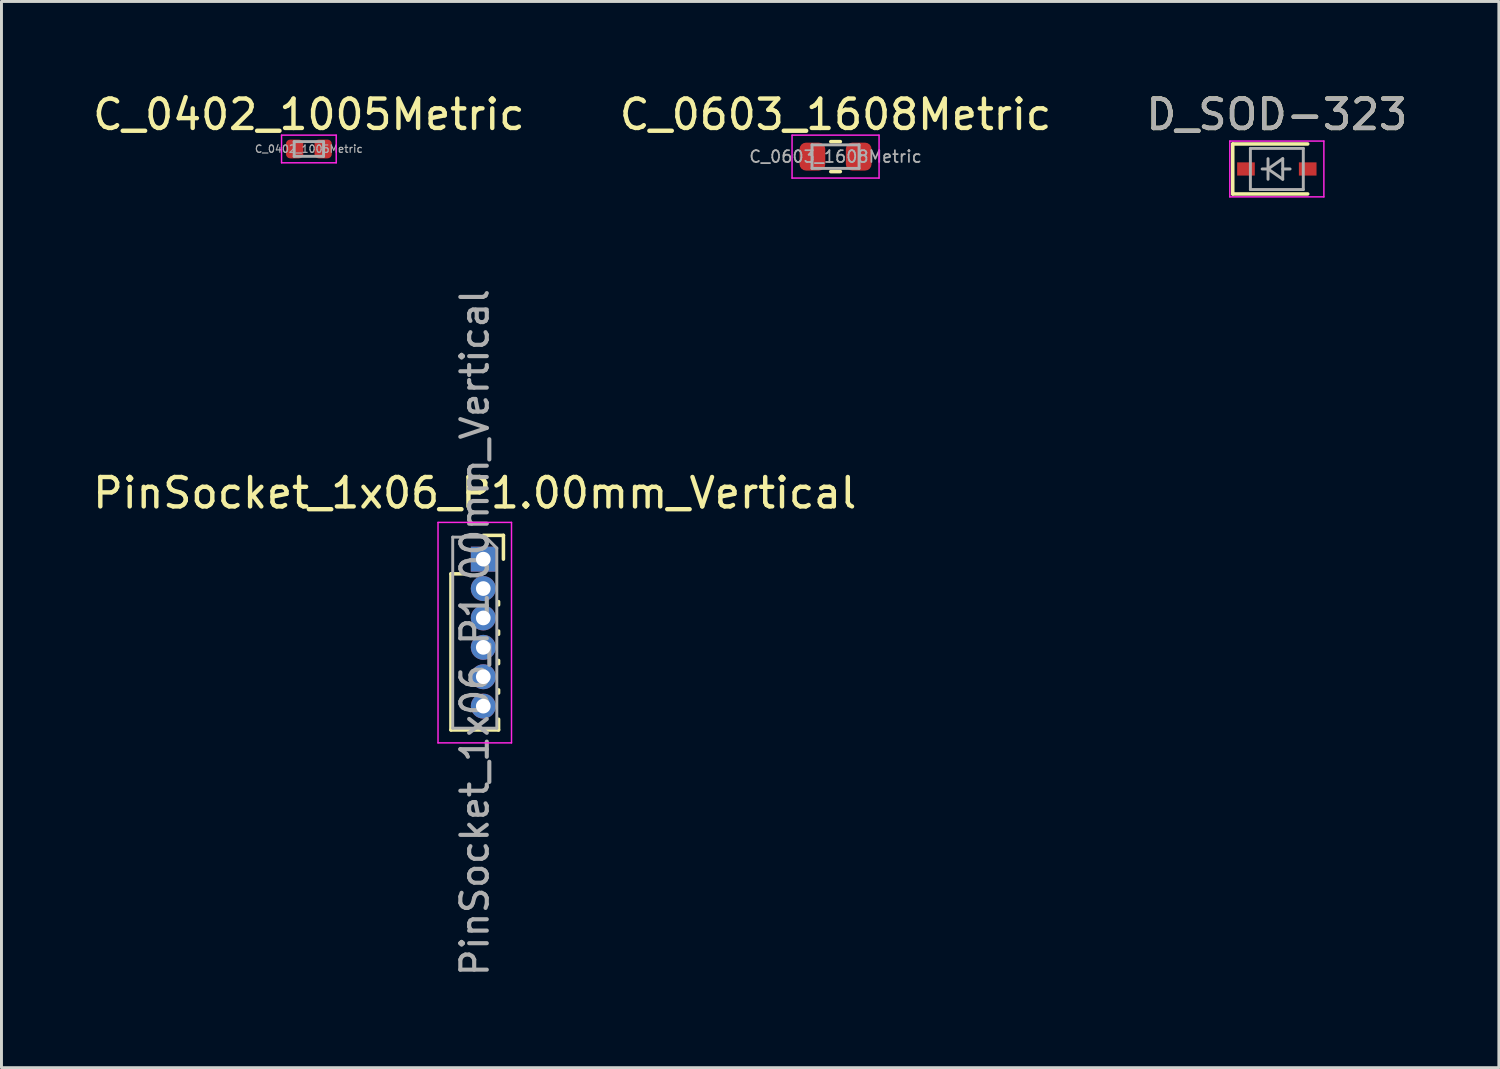
<source format=kicad_pcb>
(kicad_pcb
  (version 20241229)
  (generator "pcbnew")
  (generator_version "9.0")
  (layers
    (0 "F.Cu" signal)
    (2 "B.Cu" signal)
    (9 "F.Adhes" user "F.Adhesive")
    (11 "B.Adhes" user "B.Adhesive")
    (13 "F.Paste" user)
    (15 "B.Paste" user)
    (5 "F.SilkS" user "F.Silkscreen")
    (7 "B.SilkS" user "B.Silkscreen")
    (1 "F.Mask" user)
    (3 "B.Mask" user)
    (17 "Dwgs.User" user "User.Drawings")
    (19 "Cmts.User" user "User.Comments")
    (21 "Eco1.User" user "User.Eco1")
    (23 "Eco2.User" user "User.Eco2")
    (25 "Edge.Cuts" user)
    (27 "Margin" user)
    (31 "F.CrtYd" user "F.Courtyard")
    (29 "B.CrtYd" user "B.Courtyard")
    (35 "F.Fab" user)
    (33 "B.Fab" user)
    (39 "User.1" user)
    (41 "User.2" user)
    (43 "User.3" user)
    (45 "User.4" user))
  (footprint "C_0603_1608Metric"
    (layer "F.Cu")
    (at 25.375 2.278)
    (property "Reference" "C_0603_1608Metric" (at 0 -1.43 0) (layer "F.SilkS") (effects (font (size 1 1) (thickness 0.15))))
    (attr smd)
    (fp_line (start -0.163 -0.51) (end 0.163 -0.51) (stroke (width 0.12) (type solid)) (layer "F.SilkS"))
    (fp_line (start -0.163 0.51) (end 0.163 0.51) (stroke (width 0.12) (type solid)) (layer "F.SilkS"))
    (fp_line (start -1.48 -0.73) (end 1.48 -0.73) (stroke (width 0.05) (type solid)) (layer "F.CrtYd"))
    (fp_line (start -1.48 0.73) (end -1.48 -0.73) (stroke (width 0.05) (type solid)) (layer "F.CrtYd"))
    (fp_line (start 1.48 -0.73) (end 1.48 0.73) (stroke (width 0.05) (type solid)) (layer "F.CrtYd"))
    (fp_line (start 1.48 0.73) (end -1.48 0.73) (stroke (width 0.05) (type solid)) (layer "F.CrtYd"))
    (fp_line (start -0.8 -0.4) (end 0.8 -0.4) (stroke (width 0.1) (type solid)) (layer "F.Fab"))
    (fp_line (start -0.8 0.4) (end -0.8 -0.4) (stroke (width 0.1) (type solid)) (layer "F.Fab"))
    (fp_line (start 0.8 -0.4) (end 0.8 0.4) (stroke (width 0.1) (type solid)) (layer "F.Fab"))
    (fp_line (start 0.8 0.4) (end -0.8 0.4) (stroke (width 0.1) (type solid)) (layer "F.Fab"))
    (fp_text user "${REFERENCE}" (at 0 0 0) (layer "F.Fab") (effects (font (size 0.4 0.4) (thickness 0.06))))
    (pad "1" smd roundrect (at -0.787 0) (size 0.875 0.95) (layers "F.Cu" "F.Mask" "F.Paste") (roundrect_rratio 0.25))
    (pad "2" smd roundrect (at 0.787 0) (size 0.875 0.95) (layers "F.Cu" "F.Mask" "F.Paste") (roundrect_rratio 0.25)))
  (footprint "D_SOD-323"
    (layer "F.Cu")
    (at 40.387 2.698)
    (property "Reference" "D_SOD-323" (at 0 -1.85 0) (layer "F.SilkS") (effects (font (size 1 1) (thickness 0.15))))
    (attr smd)
    (fp_line (start -1.5 -0.85) (end -1.5 0.85) (stroke (width 0.12) (type solid)) (layer "F.SilkS"))
    (fp_line (start -1.5 -0.85) (end 1.05 -0.85) (stroke (width 0.12) (type solid)) (layer "F.SilkS"))
    (fp_line (start -1.5 0.85) (end 1.05 0.85) (stroke (width 0.12) (type solid)) (layer "F.SilkS"))
    (fp_line (start -1.6 -0.95) (end -1.6 0.95) (stroke (width 0.05) (type solid)) (layer "F.CrtYd"))
    (fp_line (start -1.6 -0.95) (end 1.6 -0.95) (stroke (width 0.05) (type solid)) (layer "F.CrtYd"))
    (fp_line (start -1.6 0.95) (end 1.6 0.95) (stroke (width 0.05) (type solid)) (layer "F.CrtYd"))
    (fp_line (start 1.6 -0.95) (end 1.6 0.95) (stroke (width 0.05) (type solid)) (layer "F.CrtYd"))
    (fp_line (start -0.9 -0.7) (end 0.9 -0.7) (stroke (width 0.1) (type solid)) (layer "F.Fab"))
    (fp_line (start -0.9 0.7) (end -0.9 -0.7) (stroke (width 0.1) (type solid)) (layer "F.Fab"))
    (fp_line (start -0.3 -0.35) (end -0.3 0.35) (stroke (width 0.1) (type solid)) (layer "F.Fab"))
    (fp_line (start -0.3 0) (end -0.5 0) (stroke (width 0.1) (type solid)) (layer "F.Fab"))
    (fp_line (start -0.3 0) (end 0.2 -0.35) (stroke (width 0.1) (type solid)) (layer "F.Fab"))
    (fp_line (start 0.2 -0.35) (end 0.2 0.35) (stroke (width 0.1) (type solid)) (layer "F.Fab"))
    (fp_line (start 0.2 0) (end 0.45 0) (stroke (width 0.1) (type solid)) (layer "F.Fab"))
    (fp_line (start 0.2 0.35) (end -0.3 0) (stroke (width 0.1) (type solid)) (layer "F.Fab"))
    (fp_line (start 0.9 -0.7) (end 0.9 0.7) (stroke (width 0.1) (type solid)) (layer "F.Fab"))
    (fp_line (start 0.9 0.7) (end -0.9 0.7) (stroke (width 0.1) (type solid)) (layer "F.Fab"))
    (fp_text user "${REFERENCE}" (at 0 -1.85 0) (layer "F.Fab") (effects (font (size 1 1) (thickness 0.15))))
    (pad "1" smd rect (at -1.05 0) (size 0.6 0.45) (layers "F.Cu" "F.Mask" "F.Paste"))
    (pad "2" smd rect (at 1.05 0) (size 0.6 0.45) (layers "F.Cu" "F.Mask" "F.Paste")))
  (footprint "PinSocket_1x06_P1.00mm_Vertical"
    (layer "F.Cu")
    (at 13.391 15.972)
    (property "Reference" "PinSocket_1x06_P1.00mm_Vertical" (at -0.29 -2.25 0) (layer "F.SilkS") (effects (font (size 1 1) (thickness 0.15))))
    (attr through_hole)
    (fp_line (start -1.1 0.5) (end -1.1 5.81) (stroke (width 0.12) (type solid)) (layer "F.SilkS"))
    (fp_line (start -1.1 0.5) (end -0.685 0.5) (stroke (width 0.12) (type solid)) (layer "F.SilkS"))
    (fp_line (start -1.1 5.81) (end 0.52 5.81) (stroke (width 0.12) (type solid)) (layer "F.SilkS"))
    (fp_line (start 0 -0.81) (end 0.685 -0.81) (stroke (width 0.12) (type solid)) (layer "F.SilkS"))
    (fp_line (start 0.52 1.446) (end 0.52 1.554) (stroke (width 0.12) (type solid)) (layer "F.SilkS"))
    (fp_line (start 0.52 2.446) (end 0.52 2.554) (stroke (width 0.12) (type solid)) (layer "F.SilkS"))
    (fp_line (start 0.52 3.446) (end 0.52 3.554) (stroke (width 0.12) (type solid)) (layer "F.SilkS"))
    (fp_line (start 0.52 4.446) (end 0.52 4.554) (stroke (width 0.12) (type solid)) (layer "F.SilkS"))
    (fp_line (start 0.52 5.446) (end 0.52 5.81) (stroke (width 0.12) (type solid)) (layer "F.SilkS"))
    (fp_line (start 0.685 -0.81) (end 0.685 0) (stroke (width 0.12) (type solid)) (layer "F.SilkS"))
    (fp_line (start -1.54 -1.25) (end 0.96 -1.25) (stroke (width 0.05) (type solid)) (layer "F.CrtYd"))
    (fp_line (start -1.54 6.25) (end -1.54 -1.25) (stroke (width 0.05) (type solid)) (layer "F.CrtYd"))
    (fp_line (start 0.96 -1.25) (end 0.96 6.25) (stroke (width 0.05) (type solid)) (layer "F.CrtYd"))
    (fp_line (start 0.96 6.25) (end -1.54 6.25) (stroke (width 0.05) (type solid)) (layer "F.CrtYd"))
    (fp_line (start -1.04 -0.75) (end 0.085 -0.75) (stroke (width 0.1) (type solid)) (layer "F.Fab"))
    (fp_line (start -1.04 5.75) (end -1.04 -0.75) (stroke (width 0.1) (type solid)) (layer "F.Fab"))
    (fp_line (start 0.085 -0.75) (end 0.46 -0.375) (stroke (width 0.1) (type solid)) (layer "F.Fab"))
    (fp_line (start 0.46 -0.375) (end 0.46 5.75) (stroke (width 0.1) (type solid)) (layer "F.Fab"))
    (fp_line (start 0.46 5.75) (end -1.04 5.75) (stroke (width 0.1) (type solid)) (layer "F.Fab"))
    (fp_text user "${REFERENCE}" (at -0.29 2.5 90) (layer "F.Fab") (effects (font (size 0.9 0.9) (thickness 0.14))))
    (pad "1" thru_hole rect (at 0 0) (size 0.85 0.85) (drill 0.5) (layers "*.Cu" "*.Mask"))
    (pad "2" thru_hole oval (at 0 1) (size 0.85 0.85) (drill 0.5) (layers "*.Cu" "*.Mask"))
    (pad "3" thru_hole oval (at 0 2) (size 0.85 0.85) (drill 0.5) (layers "*.Cu" "*.Mask"))
    (pad "4" thru_hole oval (at 0 3) (size 0.85 0.85) (drill 0.5) (layers "*.Cu" "*.Mask"))
    (pad "5" thru_hole oval (at 0 4) (size 0.85 0.85) (drill 0.5) (layers "*.Cu" "*.Mask"))
    (pad "6" thru_hole oval (at 0 5) (size 0.85 0.85) (drill 0.5) (layers "*.Cu" "*.Mask")))
  (footprint "C_0402_1005Metric"
    (layer "F.Cu")
    (at 7.458 2.018)
    (property "Reference" "C_0402_1005Metric" (at 0 -1.17 0) (layer "F.SilkS") (effects (font (size 1 1) (thickness 0.15))))
    (attr smd)
    (fp_line (start -0.93 -0.47) (end 0.93 -0.47) (stroke (width 0.05) (type solid)) (layer "F.CrtYd"))
    (fp_line (start -0.93 0.47) (end -0.93 -0.47) (stroke (width 0.05) (type solid)) (layer "F.CrtYd"))
    (fp_line (start 0.93 -0.47) (end 0.93 0.47) (stroke (width 0.05) (type solid)) (layer "F.CrtYd"))
    (fp_line (start 0.93 0.47) (end -0.93 0.47) (stroke (width 0.05) (type solid)) (layer "F.CrtYd"))
    (fp_line (start -0.5 -0.25) (end 0.5 -0.25) (stroke (width 0.1) (type solid)) (layer "F.Fab"))
    (fp_line (start -0.5 0.25) (end -0.5 -0.25) (stroke (width 0.1) (type solid)) (layer "F.Fab"))
    (fp_line (start 0.5 -0.25) (end 0.5 0.25) (stroke (width 0.1) (type solid)) (layer "F.Fab"))
    (fp_line (start 0.5 0.25) (end -0.5 0.25) (stroke (width 0.1) (type solid)) (layer "F.Fab"))
    (fp_text user "${REFERENCE}" (at 0 0 0) (layer "F.Fab") (effects (font (size 0.25 0.25) (thickness 0.04))))
    (pad "1" smd roundrect (at -0.485 0) (size 0.59 0.64) (layers "F.Cu" "F.Mask" "F.Paste") (roundrect_rratio 0.25))
    (pad "2" smd roundrect (at 0.485 0) (size 0.59 0.64) (layers "F.Cu" "F.Mask" "F.Paste") (roundrect_rratio 0.25)))
  (gr_rect
    (start -3 -3)
    (end 47.94 33.27)
    (stroke (width 0.1) (type default))
    (fill no)
    (layer "Edge.Cuts")))
</source>
